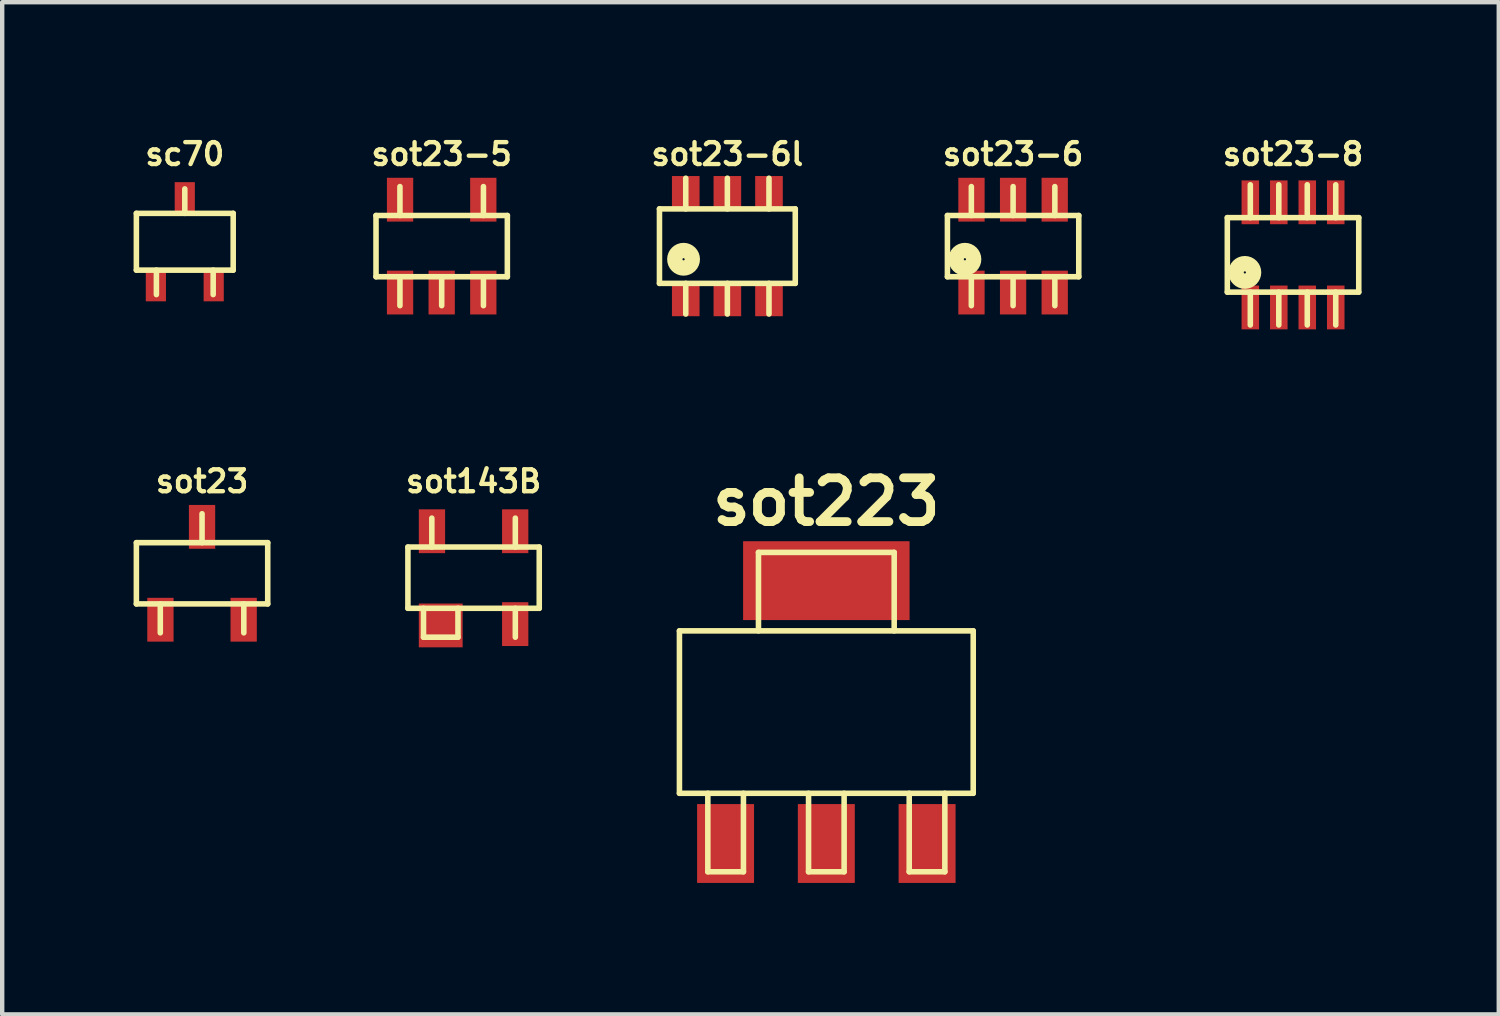
<source format=kicad_pcb>
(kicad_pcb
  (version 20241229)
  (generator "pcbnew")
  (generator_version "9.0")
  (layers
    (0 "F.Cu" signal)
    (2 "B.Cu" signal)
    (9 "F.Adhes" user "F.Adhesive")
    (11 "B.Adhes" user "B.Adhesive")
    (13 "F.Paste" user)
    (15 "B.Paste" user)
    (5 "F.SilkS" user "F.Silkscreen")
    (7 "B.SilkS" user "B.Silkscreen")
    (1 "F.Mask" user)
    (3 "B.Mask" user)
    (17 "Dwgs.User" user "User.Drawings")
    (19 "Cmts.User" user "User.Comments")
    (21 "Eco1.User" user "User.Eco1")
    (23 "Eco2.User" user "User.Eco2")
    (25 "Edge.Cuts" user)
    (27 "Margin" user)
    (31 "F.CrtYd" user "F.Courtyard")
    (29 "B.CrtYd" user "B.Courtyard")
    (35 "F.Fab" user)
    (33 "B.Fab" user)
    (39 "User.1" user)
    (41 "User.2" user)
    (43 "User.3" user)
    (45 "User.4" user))
  (footprint "sot23"
    (layer "F.Cu")
    (at 1.562 10.036)
    (property "Reference" "sot23" (at 0 -2.1 0) (layer "F.SilkS") (effects (font (size 0.5 0.5) (thickness 0.1))))
    (attr smd)
    (fp_line (start -1.499 -0.699) (end 1.499 -0.699) (stroke (width 0.127) (type solid)) (layer "F.SilkS"))
    (fp_line (start -1.499 0.699) (end -1.499 -0.699) (stroke (width 0.127) (type solid)) (layer "F.SilkS"))
    (fp_line (start -0.953 0.699) (end -0.953 1.359) (stroke (width 0.127) (type solid)) (layer "F.SilkS"))
    (fp_line (start 0 -0.699) (end 0 -1.359) (stroke (width 0.127) (type solid)) (layer "F.SilkS"))
    (fp_line (start 0.953 0.699) (end 0.953 1.359) (stroke (width 0.127) (type solid)) (layer "F.SilkS"))
    (fp_line (start 1.499 -0.699) (end 1.499 0.699) (stroke (width 0.127) (type solid)) (layer "F.SilkS"))
    (fp_line (start 1.499 0.699) (end -1.499 0.699) (stroke (width 0.127) (type solid)) (layer "F.SilkS"))
    (pad "1" smd rect (at -0.95 1.06) (size 0.6 1) (layers "F.Cu" "F.Mask" "F.Paste"))
    (pad "2" smd rect (at 0 -1.06) (size 0.6 1) (layers "F.Cu" "F.Mask" "F.Paste"))
    (pad "3" smd rect (at 0.95 1.06) (size 0.6 1) (layers "F.Cu" "F.Mask" "F.Paste")))
  (footprint "sot23-5"
    (layer "F.Cu")
    (at 7.032 2.568)
    (property "Reference" "sot23-5" (at 0 -2.1 0) (layer "F.SilkS") (effects (font (size 0.5 0.5) (thickness 0.1))))
    (attr smd)
    (fp_line (start -1.499 -0.699) (end 1.499 -0.699) (stroke (width 0.127) (type solid)) (layer "F.SilkS"))
    (fp_line (start -1.499 0.699) (end -1.499 -0.699) (stroke (width 0.127) (type solid)) (layer "F.SilkS"))
    (fp_line (start -0.953 -0.699) (end -0.953 -1.359) (stroke (width 0.127) (type solid)) (layer "F.SilkS"))
    (fp_line (start -0.953 0.699) (end -0.953 1.359) (stroke (width 0.127) (type solid)) (layer "F.SilkS"))
    (fp_line (start 0 0.699) (end 0 1.359) (stroke (width 0.127) (type solid)) (layer "F.SilkS"))
    (fp_line (start 0.953 -0.699) (end 0.953 -1.359) (stroke (width 0.127) (type solid)) (layer "F.SilkS"))
    (fp_line (start 0.953 0.699) (end 0.953 1.359) (stroke (width 0.127) (type solid)) (layer "F.SilkS"))
    (fp_line (start 1.499 -0.699) (end 1.499 0.699) (stroke (width 0.127) (type solid)) (layer "F.SilkS"))
    (fp_line (start 1.499 0.699) (end -1.499 0.699) (stroke (width 0.127) (type solid)) (layer "F.SilkS"))
    (pad "1" smd rect (at -0.95 1.06) (size 0.6 1) (layers "F.Cu" "F.Mask" "F.Paste"))
    (pad "2" smd rect (at 0 1.06) (size 0.6 1) (layers "F.Cu" "F.Mask" "F.Paste"))
    (pad "3" smd rect (at 0.95 1.06) (size 0.6 1) (layers "F.Cu" "F.Mask" "F.Paste"))
    (pad "4" smd rect (at 0.95 -1.06) (size 0.6 1) (layers "F.Cu" "F.Mask" "F.Paste"))
    (pad "5" smd rect (at -0.95 -1.06) (size 0.6 1) (layers "F.Cu" "F.Mask" "F.Paste")))
  (footprint "sot23-6"
    (layer "F.Cu")
    (at 20.075 2.568)
    (property "Reference" "sot23-6" (at 0 -2.1 0) (layer "F.SilkS") (effects (font (size 0.5 0.5) (thickness 0.1))))
    (attr smd)
    (fp_line (start -1.499 -0.699) (end 1.499 -0.699) (stroke (width 0.127) (type solid)) (layer "F.SilkS"))
    (fp_line (start -1.499 0.699) (end -1.499 -0.699) (stroke (width 0.127) (type solid)) (layer "F.SilkS"))
    (fp_line (start -0.953 -0.699) (end -0.953 -1.359) (stroke (width 0.127) (type solid)) (layer "F.SilkS"))
    (fp_line (start -0.953 0.699) (end -0.953 1.359) (stroke (width 0.127) (type solid)) (layer "F.SilkS"))
    (fp_line (start 0 -0.699) (end 0 -1.359) (stroke (width 0.127) (type solid)) (layer "F.SilkS"))
    (fp_line (start 0 0.699) (end 0 1.359) (stroke (width 0.127) (type solid)) (layer "F.SilkS"))
    (fp_line (start 0.953 -0.699) (end 0.953 -1.359) (stroke (width 0.127) (type solid)) (layer "F.SilkS"))
    (fp_line (start 0.953 0.699) (end 0.953 1.359) (stroke (width 0.127) (type solid)) (layer "F.SilkS"))
    (fp_line (start 1.499 -0.699) (end 1.499 0.699) (stroke (width 0.127) (type solid)) (layer "F.SilkS"))
    (fp_line (start 1.499 0.699) (end -1.499 0.699) (stroke (width 0.127) (type solid)) (layer "F.SilkS"))
    (fp_circle (center -1.1 0.3) (end -1 0.3) (stroke (width 0.15) (type solid)) (fill no) (layer "F.SilkS"))
    (fp_circle (center -1.1 0.3) (end -0.9 0.3) (stroke (width 0.15) (type solid)) (fill no) (layer "F.SilkS"))
    (fp_circle (center -1.1 0.3) (end -0.8 0.3) (stroke (width 0.15) (type solid)) (fill no) (layer "F.SilkS"))
    (pad "1" smd rect (at -0.95 1.06) (size 0.6 1) (layers "F.Cu" "F.Mask" "F.Paste"))
    (pad "2" smd rect (at 0 1.06) (size 0.6 1) (layers "F.Cu" "F.Mask" "F.Paste"))
    (pad "3" smd rect (at 0.95 1.06) (size 0.6 1) (layers "F.Cu" "F.Mask" "F.Paste"))
    (pad "4" smd rect (at 0.95 -1.06) (size 0.6 1) (layers "F.Cu" "F.Mask" "F.Paste"))
    (pad "5" smd rect (at 0 -1.06) (size 0.6 1) (layers "F.Cu" "F.Mask" "F.Paste"))
    (pad "6" smd rect (at -0.95 -1.06) (size 0.6 1) (layers "F.Cu" "F.Mask" "F.Paste")))
  (footprint "sc70"
    (layer "F.Cu")
    (at 1.168 2.468)
    (property "Reference" "sc70" (at 0 -2 0) (layer "F.SilkS") (effects (font (size 0.5 0.5) (thickness 0.1))))
    (attr smd)
    (fp_line (start -1.105 -0.648) (end 1.105 -0.648) (stroke (width 0.127) (type solid)) (layer "F.SilkS"))
    (fp_line (start -1.105 0.648) (end -1.105 -0.648) (stroke (width 0.127) (type solid)) (layer "F.SilkS"))
    (fp_line (start -0.648 0.648) (end -0.648 1.206) (stroke (width 0.127) (type solid)) (layer "F.SilkS"))
    (fp_line (start 0 -0.648) (end 0 -1.206) (stroke (width 0.127) (type solid)) (layer "F.SilkS"))
    (fp_line (start 0.648 0.648) (end 0.648 1.206) (stroke (width 0.127) (type solid)) (layer "F.SilkS"))
    (fp_line (start 1.105 -0.648) (end 1.105 0.648) (stroke (width 0.127) (type solid)) (layer "F.SilkS"))
    (fp_line (start 1.105 0.648) (end -1.105 0.648) (stroke (width 0.127) (type solid)) (layer "F.SilkS"))
    (pad "1" smd rect (at -0.66 1) (size 0.46 0.72) (layers "F.Cu" "F.Mask" "F.Paste"))
    (pad "2" smd rect (at 0 -1) (size 0.46 0.72) (layers "F.Cu" "F.Mask" "F.Paste"))
    (pad "3" smd rect (at 0.66 1) (size 0.46 0.72) (layers "F.Cu" "F.Mask" "F.Paste")))
  (footprint "sot23-6l"
    (layer "F.Cu")
    (at 13.553 2.568)
    (property "Reference" "sot23-6l" (at 0 -2.1 0) (layer "F.SilkS") (effects (font (size 0.5 0.5) (thickness 0.1))))
    (attr smd)
    (fp_line (start -1.55 -0.85) (end 1.55 -0.85) (stroke (width 0.127) (type solid)) (layer "F.SilkS"))
    (fp_line (start -1.55 0.85) (end -1.55 -0.85) (stroke (width 0.127) (type solid)) (layer "F.SilkS"))
    (fp_line (start -0.95 -0.85) (end -0.95 -1.55) (stroke (width 0.127) (type solid)) (layer "F.SilkS"))
    (fp_line (start -0.95 0.85) (end -0.95 1.55) (stroke (width 0.127) (type solid)) (layer "F.SilkS"))
    (fp_line (start 0 -0.85) (end 0 -1.55) (stroke (width 0.127) (type solid)) (layer "F.SilkS"))
    (fp_line (start 0 0.85) (end 0 1.55) (stroke (width 0.127) (type solid)) (layer "F.SilkS"))
    (fp_line (start 0.95 -0.85) (end 0.95 -1.55) (stroke (width 0.127) (type solid)) (layer "F.SilkS"))
    (fp_line (start 0.95 0.85) (end 0.95 1.55) (stroke (width 0.127) (type solid)) (layer "F.SilkS"))
    (fp_line (start 1.55 -0.85) (end 1.55 0.85) (stroke (width 0.127) (type solid)) (layer "F.SilkS"))
    (fp_line (start 1.55 0.85) (end -1.55 0.85) (stroke (width 0.127) (type solid)) (layer "F.SilkS"))
    (fp_circle (center -1 0.3) (end -0.9 0.3) (stroke (width 0.15) (type solid)) (fill no) (layer "F.SilkS"))
    (fp_circle (center -1 0.3) (end -0.8 0.3) (stroke (width 0.15) (type solid)) (fill no) (layer "F.SilkS"))
    (fp_circle (center -1 0.3) (end -0.7 0.3) (stroke (width 0.15) (type solid)) (fill no) (layer "F.SilkS"))
    (pad "1" smd rect (at -0.95 1.2) (size 0.63 0.8) (layers "F.Cu" "F.Mask" "F.Paste"))
    (pad "2" smd rect (at 0 1.2) (size 0.63 0.8) (layers "F.Cu" "F.Mask" "F.Paste"))
    (pad "3" smd rect (at 0.95 1.2) (size 0.63 0.8) (layers "F.Cu" "F.Mask" "F.Paste"))
    (pad "4" smd rect (at 0.95 -1.2) (size 0.63 0.8) (layers "F.Cu" "F.Mask" "F.Paste"))
    (pad "5" smd rect (at 0 -1.2) (size 0.63 0.8) (layers "F.Cu" "F.Mask" "F.Paste"))
    (pad "6" smd rect (at -0.95 -1.2) (size 0.63 0.8) (layers "F.Cu" "F.Mask" "F.Paste")))
  (footprint "sot23-8"
    (layer "F.Cu")
    (at 26.465 2.768)
    (property "Reference" "sot23-8" (at 0 -2.3 0) (layer "F.SilkS") (effects (font (size 0.5 0.5) (thickness 0.1))))
    (attr smd)
    (fp_line (start -1.5 -0.85) (end 1.5 -0.85) (stroke (width 0.127) (type solid)) (layer "F.SilkS"))
    (fp_line (start -1.5 0.85) (end -1.5 -0.85) (stroke (width 0.127) (type solid)) (layer "F.SilkS"))
    (fp_line (start -0.975 -0.85) (end -0.975 -1.6) (stroke (width 0.127) (type solid)) (layer "F.SilkS"))
    (fp_line (start -0.975 0.85) (end -0.975 1.6) (stroke (width 0.127) (type solid)) (layer "F.SilkS"))
    (fp_line (start -0.325 -0.85) (end -0.325 -1.6) (stroke (width 0.127) (type solid)) (layer "F.SilkS"))
    (fp_line (start -0.325 0.85) (end -0.325 1.6) (stroke (width 0.127) (type solid)) (layer "F.SilkS"))
    (fp_line (start 0.325 -0.85) (end 0.325 -1.6) (stroke (width 0.127) (type solid)) (layer "F.SilkS"))
    (fp_line (start 0.325 0.85) (end 0.325 1.6) (stroke (width 0.127) (type solid)) (layer "F.SilkS"))
    (fp_line (start 0.975 -0.85) (end 0.975 -1.6) (stroke (width 0.127) (type solid)) (layer "F.SilkS"))
    (fp_line (start 0.975 0.85) (end 0.975 1.6) (stroke (width 0.127) (type solid)) (layer "F.SilkS"))
    (fp_line (start 1.5 -0.85) (end 1.5 0.85) (stroke (width 0.127) (type solid)) (layer "F.SilkS"))
    (fp_line (start 1.5 0.85) (end -1.5 0.85) (stroke (width 0.127) (type solid)) (layer "F.SilkS"))
    (fp_circle (center -1.1 0.4) (end -1 0.4) (stroke (width 0.15) (type solid)) (fill no) (layer "F.SilkS"))
    (fp_circle (center -1.1 0.4) (end -0.9 0.4) (stroke (width 0.15) (type solid)) (fill no) (layer "F.SilkS"))
    (fp_circle (center -1.1 0.4) (end -0.8 0.4) (stroke (width 0.15) (type solid)) (fill no) (layer "F.SilkS"))
    (pad "1" smd rect (at -0.975 1.2) (size 0.4 1) (layers "F.Cu" "F.Mask" "F.Paste"))
    (pad "2" smd rect (at -0.325 1.2) (size 0.4 1) (layers "F.Cu" "F.Mask" "F.Paste"))
    (pad "3" smd rect (at 0.325 1.2) (size 0.4 1) (layers "F.Cu" "F.Mask" "F.Paste"))
    (pad "4" smd rect (at 0.975 1.2) (size 0.4 1) (layers "F.Cu" "F.Mask" "F.Paste"))
    (pad "5" smd rect (at 0.975 -1.2) (size 0.4 1) (layers "F.Cu" "F.Mask" "F.Paste"))
    (pad "6" smd rect (at 0.325 -1.2) (size 0.4 1) (layers "F.Cu" "F.Mask" "F.Paste"))
    (pad "7" smd rect (at -0.325 -1.2) (size 0.4 1) (layers "F.Cu" "F.Mask" "F.Paste"))
    (pad "8" smd rect (at -0.975 -1.2) (size 0.4 1) (layers "F.Cu" "F.Mask" "F.Paste")))
  (footprint "sot143B"
    (layer "F.Cu")
    (at 7.76 10.136)
    (property "Reference" "sot143B" (at 0 -2.2 0) (layer "F.SilkS") (effects (font (size 0.5 0.5) (thickness 0.1))))
    (attr smd)
    (fp_line (start -1.499 -0.699) (end 1.499 -0.699) (stroke (width 0.127) (type solid)) (layer "F.SilkS"))
    (fp_line (start -1.499 0.699) (end -1.499 -0.699) (stroke (width 0.127) (type solid)) (layer "F.SilkS"))
    (fp_line (start -1.143 0.699) (end -1.143 1.359) (stroke (width 0.127) (type solid)) (layer "F.SilkS"))
    (fp_line (start -1.143 1.359) (end -0.356 1.359) (stroke (width 0.127) (type solid)) (layer "F.SilkS"))
    (fp_line (start -0.953 -0.699) (end -0.953 -1.359) (stroke (width 0.127) (type solid)) (layer "F.SilkS"))
    (fp_line (start -0.356 0.699) (end -0.356 1.359) (stroke (width 0.127) (type solid)) (layer "F.SilkS"))
    (fp_line (start 0.953 -0.699) (end 0.953 -1.359) (stroke (width 0.127) (type solid)) (layer "F.SilkS"))
    (fp_line (start 0.953 0.699) (end 0.953 1.359) (stroke (width 0.127) (type solid)) (layer "F.SilkS"))
    (fp_line (start 1.499 -0.699) (end 1.499 0.699) (stroke (width 0.127) (type solid)) (layer "F.SilkS"))
    (fp_line (start 1.499 0.699) (end -1.499 0.699) (stroke (width 0.127) (type solid)) (layer "F.SilkS"))
    (pad "1" smd rect (at -0.75 1.09) (size 1 1) (layers "F.Cu" "F.Mask" "F.Paste"))
    (pad "2" smd rect (at 0.95 1.06) (size 0.6 1) (layers "F.Cu" "F.Mask" "F.Paste"))
    (pad "3" smd rect (at 0.95 -1.06) (size 0.6 1) (layers "F.Cu" "F.Mask" "F.Paste"))
    (pad "4" smd rect (at -0.95 -1.06) (size 0.6 1) (layers "F.Cu" "F.Mask" "F.Paste")))
  (footprint "sot223"
    (layer "F.Cu")
    (at 15.812 13.204)
    (property "Reference" "sot223" (at 0 -4.8 0) (layer "F.SilkS") (effects (font (size 1 1) (thickness 0.2))))
    (attr smd)
    (fp_line (start -3.353 -1.854) (end 3.353 -1.854) (stroke (width 0.127) (type solid)) (layer "F.SilkS"))
    (fp_line (start -3.353 1.854) (end -3.353 -1.854) (stroke (width 0.127) (type solid)) (layer "F.SilkS"))
    (fp_line (start -2.705 3.645) (end -2.705 1.854) (stroke (width 0.127) (type solid)) (layer "F.SilkS"))
    (fp_line (start -2.705 3.645) (end -1.892 3.645) (stroke (width 0.127) (type solid)) (layer "F.SilkS"))
    (fp_line (start -1.892 3.645) (end -1.892 1.854) (stroke (width 0.127) (type solid)) (layer "F.SilkS"))
    (fp_line (start -1.549 -3.645) (end -1.549 -1.854) (stroke (width 0.127) (type solid)) (layer "F.SilkS"))
    (fp_line (start -1.549 -3.645) (end 1.549 -3.645) (stroke (width 0.127) (type solid)) (layer "F.SilkS"))
    (fp_line (start -0.406 3.645) (end -0.406 1.854) (stroke (width 0.127) (type solid)) (layer "F.SilkS"))
    (fp_line (start -0.406 3.645) (end 0.406 3.645) (stroke (width 0.127) (type solid)) (layer "F.SilkS"))
    (fp_line (start 0.406 3.645) (end 0.406 1.854) (stroke (width 0.127) (type solid)) (layer "F.SilkS"))
    (fp_line (start 1.549 -3.645) (end 1.549 -1.854) (stroke (width 0.127) (type solid)) (layer "F.SilkS"))
    (fp_line (start 1.892 3.645) (end 1.892 1.854) (stroke (width 0.127) (type solid)) (layer "F.SilkS"))
    (fp_line (start 1.892 3.645) (end 2.705 3.645) (stroke (width 0.127) (type solid)) (layer "F.SilkS"))
    (fp_line (start 2.705 3.645) (end 2.705 1.854) (stroke (width 0.127) (type solid)) (layer "F.SilkS"))
    (fp_line (start 3.353 -1.854) (end 3.353 1.854) (stroke (width 0.127) (type solid)) (layer "F.SilkS"))
    (fp_line (start 3.353 1.854) (end -3.353 1.854) (stroke (width 0.127) (type solid)) (layer "F.SilkS"))
    (pad "1" smd rect (at -2.3 3) (size 1.3 1.8) (layers "F.Cu" "F.Mask" "F.Paste"))
    (pad "2" smd rect (at 0 3) (size 1.3 1.8) (layers "F.Cu" "F.Mask" "F.Paste"))
    (pad "3" smd rect (at 2.3 3) (size 1.3 1.8) (layers "F.Cu" "F.Mask" "F.Paste"))
    (pad "4" smd rect (at 0 -3) (size 3.8 1.8) (layers "F.Cu" "F.Mask" "F.Paste")))
  (gr_rect
    (start -3 -3)
    (end 31.161 20.104)
    (stroke (width 0.1) (type default))
    (fill no)
    (layer "Edge.Cuts")))
</source>
